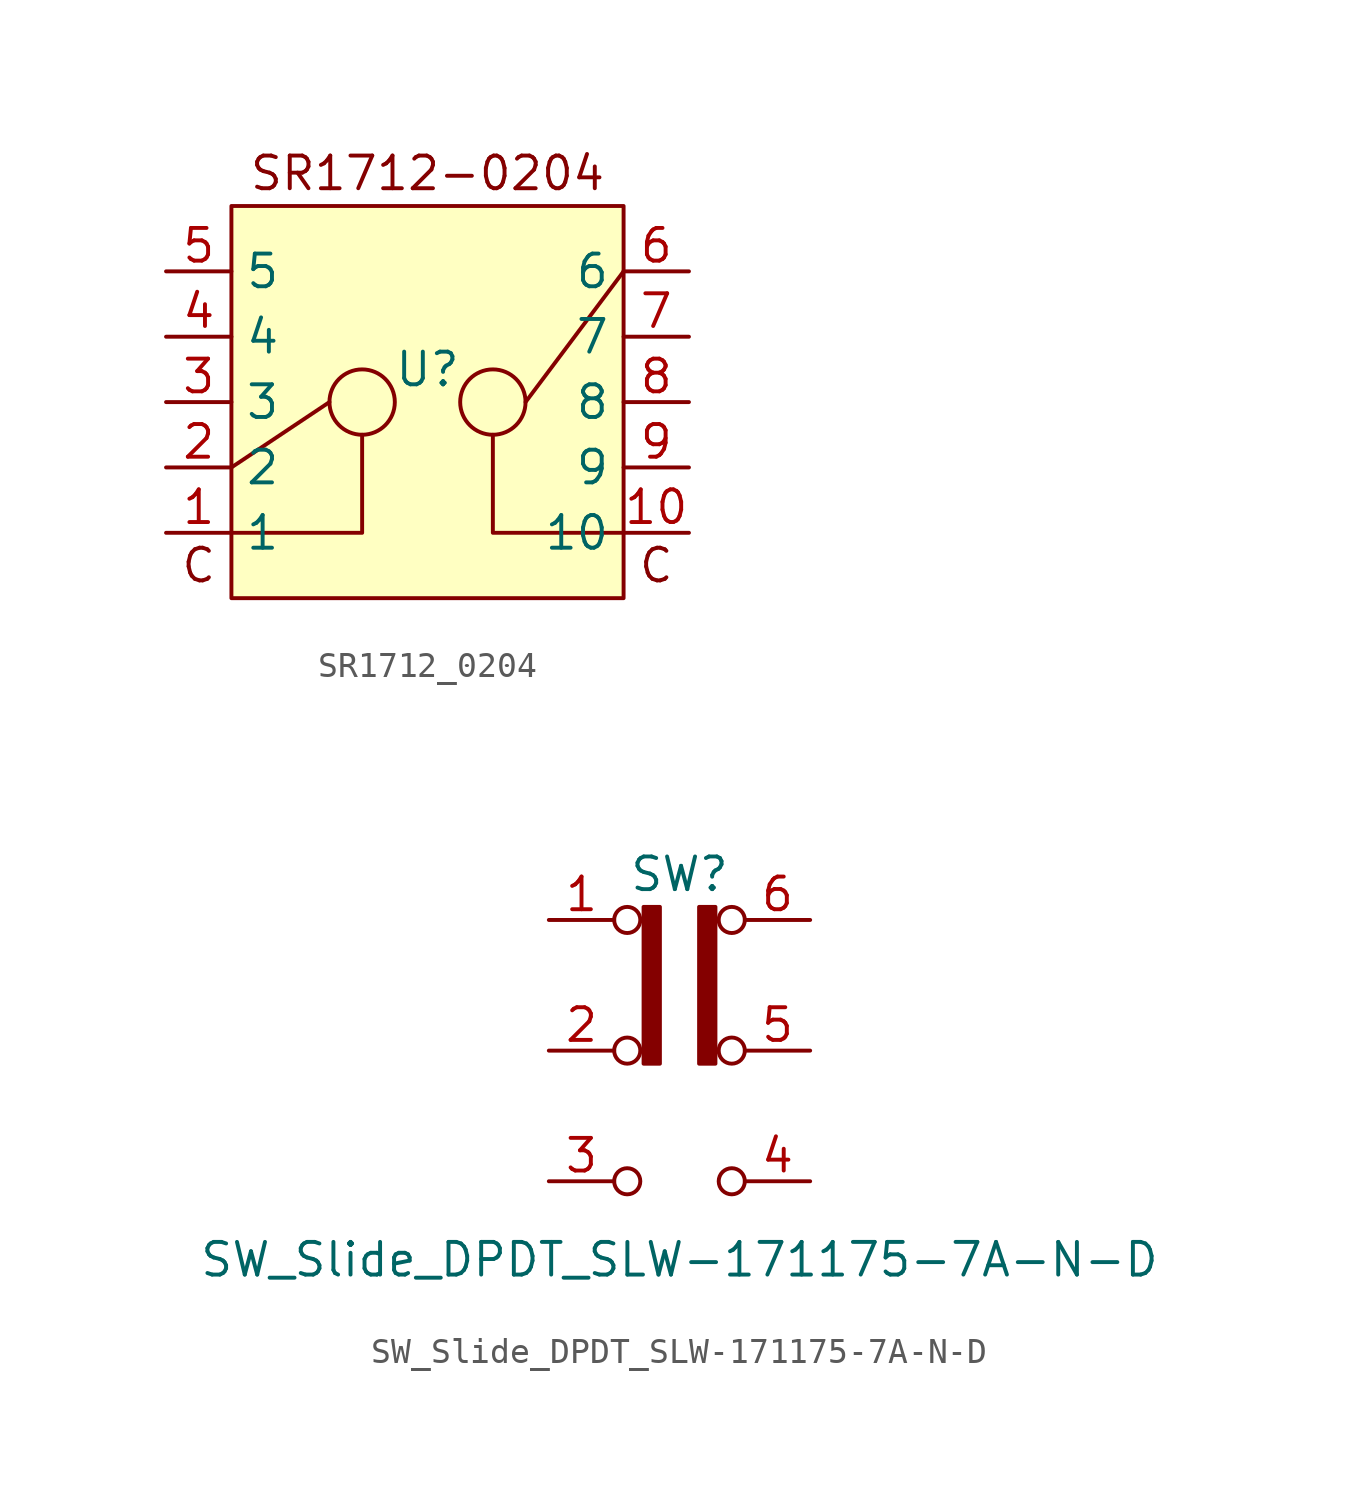
<source format=kicad_sym>
(kicad_symbol_lib
  (version 20241209)
  (generator "kicad_symbol_editor")
  (generator_version "9.0")
  (symbol "SR1712_0204"
    (property "Reference" "U"
      (at 0 1.27 0)
      (effects (font (size 1.27 1.27))))
    (property "Value" ""
      (at 0 0 0)
      (effects (font (size 1.27 1.27))))
    (symbol "SR1712_0204_0_1"
      (polyline (pts (xy -7.62 -2.54) (xy -3.81 0)) (stroke (width 0) (type default)) (fill (type none)))
      (circle (center -2.54 0) (radius 1.27) (stroke (width 0) (type default)) (fill (type none)))
      (polyline (pts (xy -2.54 -1.27) (xy -2.54 -5.08) (xy -7.62 -5.08)) (stroke (width 0) (type default)) (fill (type none)))
      (circle (center 2.54 0) (radius 1.27) (stroke (width 0) (type default)) (fill (type none)))
      (polyline (pts (xy 7.62 5.08) (xy 3.81 0)) (stroke (width 0) (type default)) (fill (type none)))
      (polyline (pts (xy 7.62 -5.08) (xy 2.54 -5.08) (xy 2.54 -1.27)) (stroke (width 0) (type default)) (fill (type none))))
    (symbol "SR1712_0204_1_1"
      (rectangle (start -7.62 7.62) (end 7.62 -7.62) (stroke (width 0) (type solid)) (fill (type background)))
      (text "C" (at -8.89 -6.35 0) (effects (font (size 1.27 1.27))))
      (text "SR1712-0204" (at 0 8.89 0) (effects (font (size 1.27 1.27))))
      (text "C" (at 8.89 -6.35 0) (effects (font (size 1.27 1.27))))
      (pin input line (at -10.16 5.08 0) (length 2.54) (name "5" (effects (font (size 1.27 1.27)))) (number "5" (effects (font (size 1.27 1.27)))))
      (pin input line (at -10.16 2.54 0) (length 2.54) (name "4" (effects (font (size 1.27 1.27)))) (number "4" (effects (font (size 1.27 1.27)))))
      (pin input line (at -10.16 0 0) (length 2.54) (name "3" (effects (font (size 1.27 1.27)))) (number "3" (effects (font (size 1.27 1.27)))))
      (pin input line (at -10.16 -2.54 0) (length 2.54) (name "2" (effects (font (size 1.27 1.27)))) (number "2" (effects (font (size 1.27 1.27)))))
      (pin output line (at -10.16 -5.08 0) (length 2.54) (name "1" (effects (font (size 1.27 1.27)))) (number "1" (effects (font (size 1.27 1.27)))))
      (pin input line (at 10.16 5.08 180) (length 2.54) (name "6" (effects (font (size 1.27 1.27)))) (number "6" (effects (font (size 1.27 1.27)))))
      (pin input line (at 10.16 2.54 180) (length 2.54) (name "7" (effects (font (size 1.27 1.27)))) (number "7" (effects (font (size 1.27 1.27)))))
      (pin input line (at 10.16 0 180) (length 2.54) (name "8" (effects (font (size 1.27 1.27)))) (number "8" (effects (font (size 1.27 1.27)))))
      (pin input line (at 10.16 -2.54 180) (length 2.54) (name "9" (effects (font (size 1.27 1.27)))) (number "9" (effects (font (size 1.27 1.27)))))
      (pin output line (at 10.16 -5.08 180) (length 2.54) (name "10" (effects (font (size 1.27 1.27)))) (number "10" (effects (font (size 1.27 1.27)))))))
  (symbol "SW_Slide_DPDT_SLW-171175-7A-N-D"
    (pin_names
      (offset 0)
      (hide yes))
    (property "Reference" "SW"
      (at 0 6.858 0)
      (effects (font (size 1.27 1.27))))
    (property "Value" "SW_Slide_DPDT_SLW-171175-7A-N-D"
      (at 0 -8.128 0)
      (effects (font (size 1.27 1.27))))
    (symbol "SW_Slide_DPDT_SLW-171175-7A-N-D_0_0"
      (circle (center -2.032 5.08) (radius 0.508) (stroke (width 0) (type default)) (fill (type none)))
      (circle (center -2.032 -5.08) (radius 0.508) (stroke (width 0) (type default)) (fill (type none)))
      (circle (center 2.032 0) (radius 0.508) (stroke (width 0) (type default)) (fill (type none)))
      (circle (center 2.032 -5.08) (radius 0.508) (stroke (width 0) (type default)) (fill (type none))))
    (symbol "SW_Slide_DPDT_SLW-171175-7A-N-D_0_1"
      (circle (center -2.032 0) (radius 0.508) (stroke (width 0) (type default)) (fill (type none)))
      (circle (center 2.032 5.08) (radius 0.508) (stroke (width 0) (type default)) (fill (type none))))
    (symbol "SW_Slide_DPDT_SLW-171175-7A-N-D_1_1"
      (rectangle (start -1.397 5.588) (end -0.762 -0.508) (stroke (width 0) (type default)) (fill (type outline)))
      (rectangle (start 0.762 5.588) (end 1.397 -0.508) (stroke (width 0) (type default)) (fill (type outline)))
      (pin passive line (at -5.08 5.08 0) (length 2.54) (name "A" (effects (font (size 1.27 1.27)))) (number "1" (effects (font (size 1.27 1.27)))))
      (pin passive line (at -5.08 0 0) (length 2.54) (name "B" (effects (font (size 1.27 1.27)))) (number "2" (effects (font (size 1.27 1.27)))))
      (pin passive line (at -5.08 -5.08 0) (length 2.54) (name "C" (effects (font (size 1.27 1.27)))) (number "3" (effects (font (size 1.27 1.27)))))
      (pin passive line (at 5.08 5.08 180) (length 2.54) (name "C" (effects (font (size 1.27 1.27)))) (number "6" (effects (font (size 1.27 1.27)))))
      (pin passive line (at 5.08 0 180) (length 2.54) (name "B" (effects (font (size 1.27 1.27)))) (number "5" (effects (font (size 1.27 1.27)))))
      (pin passive line (at 5.08 -5.08 180) (length 2.54) (name "A" (effects (font (size 1.27 1.27)))) (number "4" (effects (font (size 1.27 1.27))))))))
</source>
